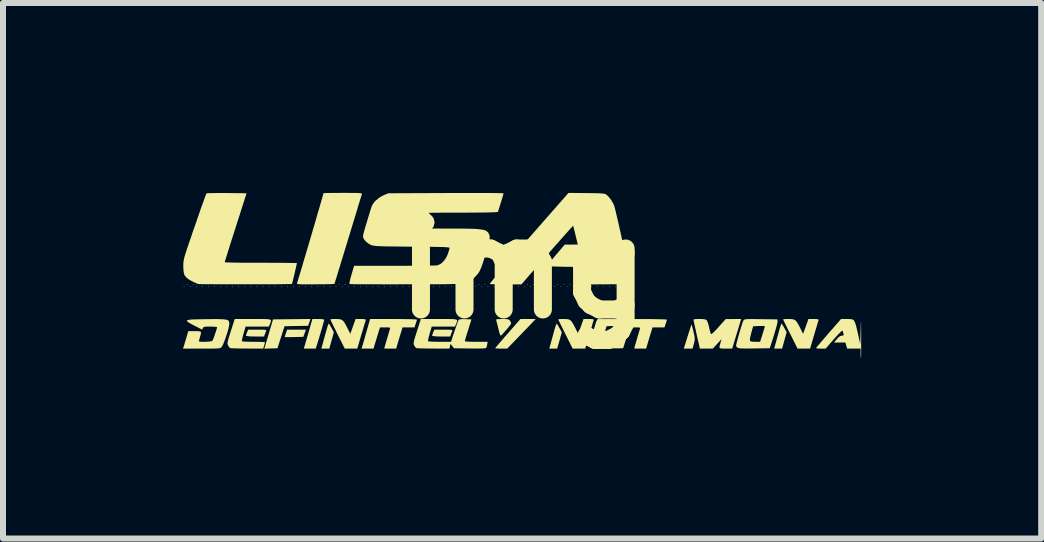
<source format=kicad_pcb>
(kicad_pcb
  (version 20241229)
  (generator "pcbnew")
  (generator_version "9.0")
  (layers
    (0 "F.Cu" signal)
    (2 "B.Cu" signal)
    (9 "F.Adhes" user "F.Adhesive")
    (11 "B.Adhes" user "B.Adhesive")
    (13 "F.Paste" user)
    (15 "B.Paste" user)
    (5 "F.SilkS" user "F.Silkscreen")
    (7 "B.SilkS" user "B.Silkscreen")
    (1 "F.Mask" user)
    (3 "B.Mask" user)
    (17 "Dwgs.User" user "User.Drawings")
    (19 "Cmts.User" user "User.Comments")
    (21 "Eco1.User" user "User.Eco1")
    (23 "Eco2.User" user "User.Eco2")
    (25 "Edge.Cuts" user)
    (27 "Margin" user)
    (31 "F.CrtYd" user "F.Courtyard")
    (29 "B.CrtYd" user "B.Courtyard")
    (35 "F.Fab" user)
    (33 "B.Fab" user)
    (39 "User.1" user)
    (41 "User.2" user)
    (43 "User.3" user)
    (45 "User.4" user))
  (footprint "img"
    (layer "F.Cu")
    (at 5.671 1.418)
    (property "Reference" "img" (at 0 0 0) (layer "F.SilkS") (effects (font (size 1.524 1.524) (thickness 0.3))))
    (attr board_only exclude_from_pos_files exclude_from_bom)
    (fp_poly (pts (xy -5.647 0.31) (xy -5.654 0.317) (xy -5.66 0.31) (xy -5.654 0.304)) (stroke (width 0) (type solid)) (fill yes) (layer "F.SilkS"))
    (fp_poly (pts (xy -5.597 0.272) (xy -5.603 0.279) (xy -5.609 0.272) (xy -5.603 0.266)) (stroke (width 0) (type solid)) (fill yes) (layer "F.SilkS"))
    (fp_poly (pts (xy -5.546 0.31) (xy -5.552 0.317) (xy -5.559 0.31) (xy -5.552 0.304)) (stroke (width 0) (type solid)) (fill yes) (layer "F.SilkS"))
    (fp_poly (pts (xy -5.495 0.272) (xy -5.502 0.279) (xy -5.508 0.272) (xy -5.502 0.266)) (stroke (width 0) (type solid)) (fill yes) (layer "F.SilkS"))
    (fp_poly (pts (xy -5.445 0.31) (xy -5.451 0.317) (xy -5.457 0.31) (xy -5.451 0.304)) (stroke (width 0) (type solid)) (fill yes) (layer "F.SilkS"))
    (fp_poly (pts (xy -5.343 0.31) (xy -5.35 0.317) (xy -5.356 0.31) (xy -5.35 0.304)) (stroke (width 0) (type solid)) (fill yes) (layer "F.SilkS"))
    (fp_poly (pts (xy -5.242 0.31) (xy -5.248 0.317) (xy -5.255 0.31) (xy -5.248 0.304)) (stroke (width 0) (type solid)) (fill yes) (layer "F.SilkS"))
    (fp_poly (pts (xy -5.141 0.31) (xy -5.147 0.317) (xy -5.153 0.31) (xy -5.147 0.304)) (stroke (width 0) (type solid)) (fill yes) (layer "F.SilkS"))
    (fp_poly (pts (xy -5.039 0.31) (xy -5.046 0.317) (xy -5.052 0.31) (xy -5.046 0.304)) (stroke (width 0) (type solid)) (fill yes) (layer "F.SilkS"))
    (fp_poly (pts (xy -4.938 0.31) (xy -4.945 0.317) (xy -4.951 0.31) (xy -4.945 0.304)) (stroke (width 0) (type solid)) (fill yes) (layer "F.SilkS"))
    (fp_poly (pts (xy -4.837 0.31) (xy -4.843 0.317) (xy -4.85 0.31) (xy -4.843 0.304)) (stroke (width 0) (type solid)) (fill yes) (layer "F.SilkS"))
    (fp_poly (pts (xy -4.736 0.31) (xy -4.742 0.317) (xy -4.748 0.31) (xy -4.742 0.304)) (stroke (width 0) (type solid)) (fill yes) (layer "F.SilkS"))
    (fp_poly (pts (xy -4.634 0.31) (xy -4.641 0.317) (xy -4.647 0.31) (xy -4.641 0.304)) (stroke (width 0) (type solid)) (fill yes) (layer "F.SilkS"))
    (fp_poly (pts (xy -4.533 0.31) (xy -4.539 0.317) (xy -4.546 0.31) (xy -4.539 0.304)) (stroke (width 0) (type solid)) (fill yes) (layer "F.SilkS"))
    (fp_poly (pts (xy -4.432 0.31) (xy -4.438 0.317) (xy -4.444 0.31) (xy -4.438 0.304)) (stroke (width 0) (type solid)) (fill yes) (layer "F.SilkS"))
    (fp_poly (pts (xy -4.33 0.31) (xy -4.337 0.317) (xy -4.343 0.31) (xy -4.337 0.304)) (stroke (width 0) (type solid)) (fill yes) (layer "F.SilkS"))
    (fp_poly (pts (xy -4.229 0.31) (xy -4.235 0.317) (xy -4.242 0.31) (xy -4.235 0.304)) (stroke (width 0) (type solid)) (fill yes) (layer "F.SilkS"))
    (fp_poly (pts (xy -4.128 0.31) (xy -4.134 0.317) (xy -4.14 0.31) (xy -4.134 0.304)) (stroke (width 0) (type solid)) (fill yes) (layer "F.SilkS"))
    (fp_poly (pts (xy -4.027 0.31) (xy -4.033 0.317) (xy -4.039 0.31) (xy -4.033 0.304)) (stroke (width 0) (type solid)) (fill yes) (layer "F.SilkS"))
    (fp_poly (pts (xy -3.925 0.31) (xy -3.932 0.317) (xy -3.938 0.31) (xy -3.932 0.304)) (stroke (width 0) (type solid)) (fill yes) (layer "F.SilkS"))
    (fp_poly (pts (xy -3.824 0.31) (xy -3.83 0.317) (xy -3.837 0.31) (xy -3.83 0.304)) (stroke (width 0) (type solid)) (fill yes) (layer "F.SilkS"))
    (fp_poly (pts (xy -3.723 0.31) (xy -3.729 0.317) (xy -3.735 0.31) (xy -3.729 0.304)) (stroke (width 0) (type solid)) (fill yes) (layer "F.SilkS"))
    (fp_poly (pts (xy -3.621 0.31) (xy -3.628 0.317) (xy -3.634 0.31) (xy -3.628 0.304)) (stroke (width 0) (type solid)) (fill yes) (layer "F.SilkS"))
    (fp_poly (pts (xy -3.52 0.31) (xy -3.526 0.317) (xy -3.533 0.31) (xy -3.526 0.304)) (stroke (width 0) (type solid)) (fill yes) (layer "F.SilkS"))
    (fp_poly (pts (xy -3.419 0.31) (xy -3.425 0.317) (xy -3.431 0.31) (xy -3.425 0.304)) (stroke (width 0) (type solid)) (fill yes) (layer "F.SilkS"))
    (fp_poly (pts (xy -3.317 0.31) (xy -3.324 0.317) (xy -3.33 0.31) (xy -3.324 0.304)) (stroke (width 0) (type solid)) (fill yes) (layer "F.SilkS"))
    (fp_poly (pts (xy -3.216 0.31) (xy -3.222 0.317) (xy -3.229 0.31) (xy -3.222 0.304)) (stroke (width 0) (type solid)) (fill yes) (layer "F.SilkS"))
    (fp_poly (pts (xy -3.115 0.31) (xy -3.121 0.317) (xy -3.128 0.31) (xy -3.121 0.304)) (stroke (width 0) (type solid)) (fill yes) (layer "F.SilkS"))
    (fp_poly (pts (xy -3.064 0.272) (xy -3.071 0.279) (xy -3.077 0.272) (xy -3.071 0.266)) (stroke (width 0) (type solid)) (fill yes) (layer "F.SilkS"))
    (fp_poly (pts (xy -3.014 0.31) (xy -3.02 0.317) (xy -3.026 0.31) (xy -3.02 0.304)) (stroke (width 0) (type solid)) (fill yes) (layer "F.SilkS"))
    (fp_poly (pts (xy -2.963 0.272) (xy -2.969 0.279) (xy -2.976 0.272) (xy -2.969 0.266)) (stroke (width 0) (type solid)) (fill yes) (layer "F.SilkS"))
    (fp_poly (pts (xy -2.912 0.31) (xy -2.919 0.317) (xy -2.925 0.31) (xy -2.919 0.304)) (stroke (width 0) (type solid)) (fill yes) (layer "F.SilkS"))
    (fp_poly (pts (xy -2.811 0.31) (xy -2.817 0.317) (xy -2.824 0.31) (xy -2.817 0.304)) (stroke (width 0) (type solid)) (fill yes) (layer "F.SilkS"))
    (fp_poly (pts (xy -2.71 0.31) (xy -2.716 0.317) (xy -2.722 0.31) (xy -2.716 0.304)) (stroke (width 0) (type solid)) (fill yes) (layer "F.SilkS"))
    (fp_poly (pts (xy -2.608 0.31) (xy -2.615 0.317) (xy -2.621 0.31) (xy -2.615 0.304)) (stroke (width 0) (type solid)) (fill yes) (layer "F.SilkS"))
    (fp_poly (pts (xy -2.507 0.31) (xy -2.513 0.317) (xy -2.52 0.31) (xy -2.513 0.304)) (stroke (width 0) (type solid)) (fill yes) (layer "F.SilkS"))
    (fp_poly (pts (xy -2.406 0.31) (xy -2.412 0.317) (xy -2.418 0.31) (xy -2.412 0.304)) (stroke (width 0) (type solid)) (fill yes) (layer "F.SilkS"))
    (fp_poly (pts (xy -2.304 0.31) (xy -2.311 0.317) (xy -2.317 0.31) (xy -2.311 0.304)) (stroke (width 0) (type solid)) (fill yes) (layer "F.SilkS"))
    (fp_poly (pts (xy -2.203 0.31) (xy -2.21 0.317) (xy -2.216 0.31) (xy -2.21 0.304)) (stroke (width 0) (type solid)) (fill yes) (layer "F.SilkS"))
    (fp_poly (pts (xy -2.102 0.31) (xy -2.108 0.317) (xy -2.115 0.31) (xy -2.108 0.304)) (stroke (width 0) (type solid)) (fill yes) (layer "F.SilkS"))
    (fp_poly (pts (xy -2.001 0.31) (xy -2.007 0.317) (xy -2.013 0.31) (xy -2.007 0.304)) (stroke (width 0) (type solid)) (fill yes) (layer "F.SilkS"))
    (fp_poly (pts (xy -1.899 0.31) (xy -1.906 0.317) (xy -1.912 0.31) (xy -1.906 0.304)) (stroke (width 0) (type solid)) (fill yes) (layer "F.SilkS"))
    (fp_poly (pts (xy -1.798 0.31) (xy -1.804 0.317) (xy -1.811 0.31) (xy -1.804 0.304)) (stroke (width 0) (type solid)) (fill yes) (layer "F.SilkS"))
    (fp_poly (pts (xy -1.697 0.31) (xy -1.703 0.317) (xy -1.709 0.31) (xy -1.703 0.304)) (stroke (width 0) (type solid)) (fill yes) (layer "F.SilkS"))
    (fp_poly (pts (xy -1.595 0.31) (xy -1.602 0.317) (xy -1.608 0.31) (xy -1.602 0.304)) (stroke (width 0) (type solid)) (fill yes) (layer "F.SilkS"))
    (fp_poly (pts (xy -1.494 0.31) (xy -1.5 0.317) (xy -1.507 0.31) (xy -1.5 0.304)) (stroke (width 0) (type solid)) (fill yes) (layer "F.SilkS"))
    (fp_poly (pts (xy -1.393 0.31) (xy -1.399 0.317) (xy -1.405 0.31) (xy -1.399 0.304)) (stroke (width 0) (type solid)) (fill yes) (layer "F.SilkS"))
    (fp_poly (pts (xy -1.292 0.31) (xy -1.298 0.317) (xy -1.304 0.31) (xy -1.298 0.304)) (stroke (width 0) (type solid)) (fill yes) (layer "F.SilkS"))
    (fp_poly (pts (xy -1.19 0.31) (xy -1.197 0.317) (xy -1.203 0.31) (xy -1.197 0.304)) (stroke (width 0) (type solid)) (fill yes) (layer "F.SilkS"))
    (fp_poly (pts (xy -1.089 0.31) (xy -1.095 0.317) (xy -1.102 0.31) (xy -1.095 0.304)) (stroke (width 0) (type solid)) (fill yes) (layer "F.SilkS"))
    (fp_poly (pts (xy -0.988 0.31) (xy -0.994 0.317) (xy -1 0.31) (xy -0.994 0.304)) (stroke (width 0) (type solid)) (fill yes) (layer "F.SilkS"))
    (fp_poly (pts (xy -0.937 0.272) (xy -0.943 0.279) (xy -0.95 0.272) (xy -0.943 0.266)) (stroke (width 0) (type solid)) (fill yes) (layer "F.SilkS"))
    (fp_poly (pts (xy -0.886 0.31) (xy -0.893 0.317) (xy -0.899 0.31) (xy -0.893 0.304)) (stroke (width 0) (type solid)) (fill yes) (layer "F.SilkS"))
    (fp_poly (pts (xy -0.836 0.272) (xy -0.842 0.279) (xy -0.848 0.272) (xy -0.842 0.266)) (stroke (width 0) (type solid)) (fill yes) (layer "F.SilkS"))
    (fp_poly (pts (xy -0.785 0.31) (xy -0.791 0.317) (xy -0.798 0.31) (xy -0.791 0.304)) (stroke (width 0) (type solid)) (fill yes) (layer "F.SilkS"))
    (fp_poly (pts (xy -0.734 0.272) (xy -0.741 0.279) (xy -0.747 0.272) (xy -0.741 0.266)) (stroke (width 0) (type solid)) (fill yes) (layer "F.SilkS"))
    (fp_poly (pts (xy -0.684 0.31) (xy -0.69 0.317) (xy -0.696 0.31) (xy -0.69 0.304)) (stroke (width 0) (type solid)) (fill yes) (layer "F.SilkS"))
    (fp_poly (pts (xy -0.633 0.272) (xy -0.639 0.279) (xy -0.646 0.272) (xy -0.639 0.266)) (stroke (width 0) (type solid)) (fill yes) (layer "F.SilkS"))
    (fp_poly (pts (xy -0.582 0.31) (xy -0.589 0.317) (xy -0.595 0.31) (xy -0.589 0.304)) (stroke (width 0) (type solid)) (fill yes) (layer "F.SilkS"))
    (fp_poly (pts (xy -0.481 0.31) (xy -0.487 0.317) (xy -0.494 0.31) (xy -0.487 0.304)) (stroke (width 0) (type solid)) (fill yes) (layer "F.SilkS"))
    (fp_poly (pts (xy -0.38 0.31) (xy -0.386 0.317) (xy -0.393 0.31) (xy -0.386 0.304)) (stroke (width 0) (type solid)) (fill yes) (layer "F.SilkS"))
    (fp_poly (pts (xy -0.279 0.31) (xy -0.285 0.317) (xy -0.291 0.31) (xy -0.285 0.304)) (stroke (width 0) (type solid)) (fill yes) (layer "F.SilkS"))
    (fp_poly (pts (xy -0.177 0.31) (xy -0.184 0.317) (xy -0.19 0.31) (xy -0.184 0.304)) (stroke (width 0) (type solid)) (fill yes) (layer "F.SilkS"))
    (fp_poly (pts (xy -0.076 0.31) (xy -0.082 0.317) (xy -0.089 0.31) (xy -0.082 0.304)) (stroke (width 0) (type solid)) (fill yes) (layer "F.SilkS"))
    (fp_poly (pts (xy 0.025 0.31) (xy 0.019 0.317) (xy 0.013 0.31) (xy 0.019 0.304)) (stroke (width 0) (type solid)) (fill yes) (layer "F.SilkS"))
    (fp_poly (pts (xy 0.076 0.272) (xy 0.07 0.279) (xy 0.063 0.272) (xy 0.07 0.266)) (stroke (width 0) (type solid)) (fill yes) (layer "F.SilkS"))
    (fp_poly (pts (xy 0.127 0.31) (xy 0.12 0.317) (xy 0.114 0.31) (xy 0.12 0.304)) (stroke (width 0) (type solid)) (fill yes) (layer "F.SilkS"))
    (fp_poly (pts (xy 0.177 0.272) (xy 0.171 0.279) (xy 0.165 0.272) (xy 0.171 0.266)) (stroke (width 0) (type solid)) (fill yes) (layer "F.SilkS"))
    (fp_poly (pts (xy 0.228 0.31) (xy 0.222 0.317) (xy 0.215 0.31) (xy 0.222 0.304)) (stroke (width 0) (type solid)) (fill yes) (layer "F.SilkS"))
    (fp_poly (pts (xy 0.279 0.272) (xy 0.272 0.279) (xy 0.266 0.272) (xy 0.272 0.266)) (stroke (width 0) (type solid)) (fill yes) (layer "F.SilkS"))
    (fp_poly (pts (xy 0.329 0.31) (xy 0.323 0.317) (xy 0.317 0.31) (xy 0.323 0.304)) (stroke (width 0) (type solid)) (fill yes) (layer "F.SilkS"))
    (fp_poly (pts (xy 0.38 0.272) (xy 0.374 0.279) (xy 0.367 0.272) (xy 0.374 0.266)) (stroke (width 0) (type solid)) (fill yes) (layer "F.SilkS"))
    (fp_poly (pts (xy 0.431 0.31) (xy 0.424 0.317) (xy 0.418 0.31) (xy 0.424 0.304)) (stroke (width 0) (type solid)) (fill yes) (layer "F.SilkS"))
    (fp_poly (pts (xy 0.481 0.272) (xy 0.475 0.279) (xy 0.468 0.272) (xy 0.475 0.266)) (stroke (width 0) (type solid)) (fill yes) (layer "F.SilkS"))
    (fp_poly (pts (xy 0.532 0.31) (xy 0.525 0.317) (xy 0.519 0.31) (xy 0.525 0.304)) (stroke (width 0) (type solid)) (fill yes) (layer "F.SilkS"))
    (fp_poly (pts (xy 0.582 0.272) (xy 0.576 0.279) (xy 0.57 0.272) (xy 0.576 0.266)) (stroke (width 0) (type solid)) (fill yes) (layer "F.SilkS"))
    (fp_poly (pts (xy 0.633 0.31) (xy 0.627 0.317) (xy 0.62 0.31) (xy 0.627 0.304)) (stroke (width 0) (type solid)) (fill yes) (layer "F.SilkS"))
    (fp_poly (pts (xy 0.684 0.272) (xy 0.677 0.279) (xy 0.671 0.272) (xy 0.677 0.266)) (stroke (width 0) (type solid)) (fill yes) (layer "F.SilkS"))
    (fp_poly (pts (xy 0.734 0.31) (xy 0.728 0.317) (xy 0.722 0.31) (xy 0.728 0.304)) (stroke (width 0) (type solid)) (fill yes) (layer "F.SilkS"))
    (fp_poly (pts (xy 0.785 0.272) (xy 0.779 0.279) (xy 0.772 0.272) (xy 0.779 0.266)) (stroke (width 0) (type solid)) (fill yes) (layer "F.SilkS"))
    (fp_poly (pts (xy 0.836 0.31) (xy 0.829 0.317) (xy 0.823 0.31) (xy 0.829 0.304)) (stroke (width 0) (type solid)) (fill yes) (layer "F.SilkS"))
    (fp_poly (pts (xy 0.886 0.272) (xy 0.88 0.279) (xy 0.874 0.272) (xy 0.88 0.266)) (stroke (width 0) (type solid)) (fill yes) (layer "F.SilkS"))
    (fp_poly (pts (xy 0.937 0.31) (xy 0.931 0.317) (xy 0.924 0.31) (xy 0.931 0.304)) (stroke (width 0) (type solid)) (fill yes) (layer "F.SilkS"))
    (fp_poly (pts (xy 0.988 0.272) (xy 0.981 0.279) (xy 0.975 0.272) (xy 0.981 0.266)) (stroke (width 0) (type solid)) (fill yes) (layer "F.SilkS"))
    (fp_poly (pts (xy 1.038 0.31) (xy 1.032 0.317) (xy 1.026 0.31) (xy 1.032 0.304)) (stroke (width 0) (type solid)) (fill yes) (layer "F.SilkS"))
    (fp_poly (pts (xy 1.14 0.31) (xy 1.133 0.317) (xy 1.127 0.31) (xy 1.133 0.304)) (stroke (width 0) (type solid)) (fill yes) (layer "F.SilkS"))
    (fp_poly (pts (xy 1.241 0.31) (xy 1.235 0.317) (xy 1.228 0.31) (xy 1.235 0.304)) (stroke (width 0) (type solid)) (fill yes) (layer "F.SilkS"))
    (fp_poly (pts (xy 1.342 0.31) (xy 1.336 0.317) (xy 1.33 0.31) (xy 1.336 0.304)) (stroke (width 0) (type solid)) (fill yes) (layer "F.SilkS"))
    (fp_poly (pts (xy 1.443 0.31) (xy 1.437 0.317) (xy 1.431 0.31) (xy 1.437 0.304)) (stroke (width 0) (type solid)) (fill yes) (layer "F.SilkS"))
    (fp_poly (pts (xy 1.545 0.31) (xy 1.538 0.317) (xy 1.532 0.31) (xy 1.538 0.304)) (stroke (width 0) (type solid)) (fill yes) (layer "F.SilkS"))
    (fp_poly (pts (xy 1.646 0.31) (xy 1.64 0.317) (xy 1.633 0.31) (xy 1.64 0.304)) (stroke (width 0) (type solid)) (fill yes) (layer "F.SilkS"))
    (fp_poly (pts (xy 1.747 0.31) (xy 1.741 0.317) (xy 1.735 0.31) (xy 1.741 0.304)) (stroke (width 0) (type solid)) (fill yes) (layer "F.SilkS"))
    (fp_poly (pts (xy -3.644 1.086) (xy -3.666 1.146) (xy -3.821 1.149) (xy -3.88 1.15) (xy -3.929 1.151) (xy -3.963 1.15) (xy -3.976 1.149) (xy -3.976 1.149) (xy -3.972 1.135) (xy -3.963 1.106) (xy -3.956 1.085) (xy -3.936 1.026) (xy -3.622 1.026)) (stroke (width 0) (type solid)) (fill yes) (layer "F.SilkS"))
    (fp_poly (pts (xy -3.566 0.905) (xy -3.586 0.962) (xy -3.782 0.965) (xy -3.979 0.969) (xy -4.038 1.152) (xy -4.097 1.336) (xy -4.316 1.343) (xy -4.258 1.15) (xy -4.237 1.079) (xy -4.218 1.013) (xy -4.201 0.957) (xy -4.19 0.918) (xy -4.186 0.905) (xy -4.171 0.855) (xy -3.547 0.848)) (stroke (width 0) (type solid)) (fill yes) (layer "F.SilkS"))
    (fp_poly (pts (xy -3.233 0.935) (xy -3.216 0.962) (xy -3.196 0.997) (xy -3.157 1.07) (xy -3.233 1.342) (xy -3.366 1.342) (xy -3.335 1.231) (xy -3.317 1.165) (xy -3.297 1.093) (xy -3.279 1.03) (xy -3.277 1.022) (xy -3.264 0.977) (xy -3.252 0.943) (xy -3.244 0.926) (xy -3.243 0.925)) (stroke (width 0) (type solid)) (fill yes) (layer "F.SilkS"))
    (fp_poly (pts (xy 0.565 0.935) (xy 0.582 0.962) (xy 0.602 0.997) (xy 0.642 1.07) (xy 0.604 1.206) (xy 0.565 1.342) (xy 0.433 1.342) (xy 0.464 1.231) (xy 0.482 1.165) (xy 0.502 1.093) (xy 0.519 1.03) (xy 0.521 1.022) (xy 0.535 0.977) (xy 0.547 0.943) (xy 0.555 0.926) (xy 0.556 0.925)) (stroke (width 0) (type solid)) (fill yes) (layer "F.SilkS"))
    (fp_poly (pts (xy 4.313 0.935) (xy 4.33 0.962) (xy 4.35 0.997) (xy 4.389 1.07) (xy 4.351 1.206) (xy 4.313 1.342) (xy 4.181 1.342) (xy 4.212 1.231) (xy 4.23 1.165) (xy 4.25 1.093) (xy 4.267 1.03) (xy 4.269 1.022) (xy 4.283 0.977) (xy 4.295 0.943) (xy 4.303 0.926) (xy 4.304 0.925)) (stroke (width 0) (type solid)) (fill yes) (layer "F.SilkS"))
    (fp_poly (pts (xy 2.808 0.95) (xy 2.816 0.979) (xy 2.828 1.023) (xy 2.836 1.059) (xy 2.849 1.116) (xy 2.856 1.156) (xy 2.858 1.186) (xy 2.854 1.215) (xy 2.846 1.25) (xy 2.843 1.262) (xy 2.821 1.342) (xy 2.675 1.342) (xy 2.737 1.143) (xy 2.758 1.077) (xy 2.777 1.019) (xy 2.791 0.974) (xy 2.801 0.947) (xy 2.804 0.94)) (stroke (width 0) (type solid)) (fill yes) (layer "F.SilkS"))
    (fp_poly (pts (xy -4.366 1.026) (xy -4.323 1.027) (xy -4.298 1.03) (xy -4.286 1.035) (xy -4.284 1.042) (xy -4.286 1.048) (xy -4.297 1.076) (xy -4.308 1.105) (xy -4.32 1.14) (xy -4.471 1.14) (xy -4.54 1.139) (xy -4.589 1.135) (xy -4.617 1.13) (xy -4.622 1.127) (xy -4.617 1.107) (xy -4.606 1.076) (xy -4.603 1.07) (xy -4.585 1.026) (xy -4.431 1.026)) (stroke (width 0) (type solid)) (fill yes) (layer "F.SilkS"))
    (fp_poly (pts (xy -1.264 1.026) (xy -1.221 1.027) (xy -1.196 1.03) (xy -1.184 1.035) (xy -1.182 1.042) (xy -1.184 1.048) (xy -1.195 1.076) (xy -1.205 1.105) (xy -1.218 1.14) (xy -1.369 1.14) (xy -1.438 1.139) (xy -1.487 1.135) (xy -1.514 1.13) (xy -1.519 1.127) (xy -1.515 1.107) (xy -1.504 1.076) (xy -1.501 1.07) (xy -1.483 1.026) (xy -1.329 1.026)) (stroke (width 0) (type solid)) (fill yes) (layer "F.SilkS"))
    (fp_poly (pts (xy 0.12 0.94) (xy 0.08 0.982) (xy 0.028 1.036) (xy -0.031 1.097) (xy -0.091 1.159) (xy -0.118 1.187) (xy -0.268 1.342) (xy -0.368 1.342) (xy -0.415 1.341) (xy -0.45 1.339) (xy -0.468 1.336) (xy -0.468 1.335) (xy -0.46 1.324) (xy -0.438 1.297) (xy -0.403 1.256) (xy -0.358 1.204) (xy -0.306 1.143) (xy -0.258 1.089) (xy -0.047 0.848) (xy 0.207 0.848)) (stroke (width 0) (type solid)) (fill yes) (layer "F.SilkS"))
    (fp_poly (pts (xy -3.361 0.85) (xy -3.328 0.855) (xy -3.317 0.862) (xy -3.321 0.878) (xy -3.331 0.913) (xy -3.345 0.964) (xy -3.363 1.026) (xy -3.383 1.095) (xy -3.404 1.166) (xy -3.425 1.235) (xy -3.445 1.297) (xy -3.446 1.301) (xy -3.459 1.342) (xy -3.658 1.342) (xy -3.64 1.282) (xy -3.63 1.248) (xy -3.615 1.196) (xy -3.596 1.132) (xy -3.576 1.062) (xy -3.568 1.035) (xy -3.515 0.848) (xy -3.416 0.848)) (stroke (width 0) (type solid)) (fill yes) (layer "F.SilkS"))
    (fp_poly (pts (xy -0.297 0.849) (xy -0.262 0.852) (xy -0.242 0.858) (xy -0.228 0.869) (xy -0.222 0.876) (xy -0.207 0.904) (xy -0.203 0.922) (xy -0.21 0.937) (xy -0.231 0.966) (xy -0.26 1.002) (xy -0.294 1.041) (xy -0.327 1.078) (xy -0.355 1.108) (xy -0.374 1.125) (xy -0.379 1.127) (xy -0.385 1.115) (xy -0.396 1.084) (xy -0.408 1.039) (xy -0.417 1.003) (xy -0.43 0.949) (xy -0.442 0.904) (xy -0.45 0.873) (xy -0.453 0.864) (xy -0.449 0.856) (xy -0.429 0.851) (xy -0.388 0.849) (xy -0.35 0.848)) (stroke (width 0) (type solid)) (fill yes) (layer "F.SilkS"))
    (fp_poly (pts (xy -2.658 0.85) (xy -2.632 0.854) (xy -2.624 0.862) (xy -2.625 0.864) (xy -2.63 0.881) (xy -2.641 0.918) (xy -2.657 0.971) (xy -2.676 1.036) (xy -2.698 1.109) (xy -2.699 1.111) (xy -2.767 1.342) (xy -2.871 1.342) (xy -2.975 1.342) (xy -3.096 1.102) (xy -3.131 1.03) (xy -3.163 0.967) (xy -3.188 0.914) (xy -3.207 0.876) (xy -3.215 0.857) (xy -3.216 0.855) (xy -3.205 0.852) (xy -3.174 0.849) (xy -3.13 0.848) (xy -3.123 0.848) (xy -3.075 0.85) (xy -3.04 0.856) (xy -3.012 0.871) (xy -2.987 0.898) (xy -2.961 0.941) (xy -2.931 1) (xy -2.883 1.095) (xy -2.839 0.972) (xy -2.795 0.848) (xy -2.707 0.848)) (stroke (width 0) (type solid)) (fill yes) (layer "F.SilkS"))
    (fp_poly (pts (xy 1.14 0.85) (xy 1.167 0.854) (xy 1.174 0.862) (xy 1.174 0.864) (xy 1.169 0.881) (xy 1.157 0.918) (xy 1.142 0.971) (xy 1.122 1.036) (xy 1.101 1.109) (xy 1.1 1.111) (xy 1.032 1.342) (xy 0.928 1.342) (xy 0.823 1.342) (xy 0.703 1.102) (xy 0.667 1.03) (xy 0.636 0.967) (xy 0.61 0.914) (xy 0.592 0.876) (xy 0.583 0.857) (xy 0.582 0.855) (xy 0.594 0.852) (xy 0.625 0.849) (xy 0.668 0.848) (xy 0.675 0.848) (xy 0.723 0.85) (xy 0.759 0.856) (xy 0.787 0.871) (xy 0.811 0.898) (xy 0.837 0.941) (xy 0.868 1) (xy 0.915 1.095) (xy 0.96 0.972) (xy 1.004 0.848) (xy 1.092 0.848)) (stroke (width 0) (type solid)) (fill yes) (layer "F.SilkS"))
    (fp_poly (pts (xy 4.888 0.85) (xy 4.915 0.854) (xy 4.922 0.862) (xy 4.922 0.864) (xy 4.917 0.881) (xy 4.905 0.918) (xy 4.89 0.971) (xy 4.87 1.036) (xy 4.849 1.109) (xy 4.848 1.111) (xy 4.78 1.342) (xy 4.676 1.342) (xy 4.571 1.342) (xy 4.451 1.102) (xy 4.415 1.03) (xy 4.384 0.967) (xy 4.358 0.914) (xy 4.34 0.876) (xy 4.331 0.857) (xy 4.33 0.855) (xy 4.342 0.852) (xy 4.373 0.849) (xy 4.416 0.848) (xy 4.423 0.848) (xy 4.471 0.85) (xy 4.507 0.856) (xy 4.535 0.871) (xy 4.559 0.898) (xy 4.585 0.941) (xy 4.616 1) (xy 4.663 1.095) (xy 4.708 0.972) (xy 4.752 0.848) (xy 4.84 0.848)) (stroke (width 0) (type solid)) (fill yes) (layer "F.SilkS"))
    (fp_poly (pts (xy 3.596 0.965) (xy 3.576 1.032) (xy 3.552 1.11) (xy 3.529 1.185) (xy 3.521 1.212) (xy 3.481 1.342) (xy 3.374 1.342) (xy 3.319 1.342) (xy 3.286 1.338) (xy 3.271 1.327) (xy 3.27 1.305) (xy 3.28 1.267) (xy 3.286 1.247) (xy 3.304 1.184) (xy 3.231 1.263) (xy 3.158 1.342) (xy 2.943 1.342) (xy 2.889 1.105) (xy 2.873 1.03) (xy 2.858 0.965) (xy 2.847 0.911) (xy 2.839 0.875) (xy 2.836 0.858) (xy 2.836 0.858) (xy 2.848 0.853) (xy 2.879 0.85) (xy 2.923 0.848) (xy 2.937 0.848) (xy 2.997 0.85) (xy 3.035 0.856) (xy 3.056 0.867) (xy 3.067 0.888) (xy 3.081 0.926) (xy 3.094 0.974) (xy 3.096 0.984) (xy 3.107 1.033) (xy 3.118 1.073) (xy 3.126 1.097) (xy 3.127 1.099) (xy 3.138 1.099) (xy 3.162 1.079) (xy 3.201 1.041) (xy 3.254 0.983) (xy 3.255 0.982) (xy 3.374 0.849) (xy 3.503 0.849) (xy 3.631 0.848)) (stroke (width 0) (type solid)) (fill yes) (layer "F.SilkS"))
    (fp_poly (pts (xy -4.333 0.849) (xy -4.277 0.85) (xy -4.239 0.854) (xy -4.216 0.86) (xy -4.206 0.87) (xy -4.205 0.884) (xy -4.211 0.903) (xy -4.221 0.928) (xy -4.222 0.931) (xy -4.24 0.975) (xy -4.434 0.975) (xy -4.628 0.975) (xy -4.662 1.091) (xy -4.676 1.143) (xy -4.686 1.185) (xy -4.69 1.212) (xy -4.69 1.218) (xy -4.676 1.222) (xy -4.641 1.225) (xy -4.589 1.227) (xy -4.527 1.228) (xy -4.494 1.228) (xy -4.428 1.229) (xy -4.372 1.23) (xy -4.331 1.232) (xy -4.308 1.235) (xy -4.305 1.236) (xy -4.308 1.252) (xy -4.317 1.283) (xy -4.32 1.293) (xy -4.334 1.342) (xy -4.601 1.341) (xy -4.682 1.341) (xy -4.754 1.339) (xy -4.814 1.338) (xy -4.858 1.336) (xy -4.882 1.334) (xy -4.885 1.334) (xy -4.901 1.319) (xy -4.919 1.291) (xy -4.92 1.29) (xy -4.926 1.275) (xy -4.93 1.26) (xy -4.928 1.239) (xy -4.922 1.209) (xy -4.91 1.166) (xy -4.891 1.105) (xy -4.874 1.051) (xy -4.809 0.848) (xy -4.507 0.848) (xy -4.408 0.848)) (stroke (width 0) (type solid)) (fill yes) (layer "F.SilkS"))
    (fp_poly (pts (xy -2.066 0.849) (xy -1.979 0.85) (xy -1.903 0.851) (xy -1.841 0.853) (xy -1.798 0.855) (xy -1.775 0.858) (xy -1.773 0.859) (xy -1.776 0.876) (xy -1.786 0.908) (xy -1.793 0.928) (xy -1.813 0.988) (xy -2.012 0.988) (xy -2.05 1.111) (xy -2.068 1.17) (xy -2.085 1.227) (xy -2.098 1.272) (xy -2.103 1.288) (xy -2.119 1.342) (xy -2.218 1.342) (xy -2.264 1.342) (xy -2.299 1.341) (xy -2.316 1.339) (xy -2.317 1.339) (xy -2.314 1.326) (xy -2.305 1.295) (xy -2.292 1.25) (xy -2.277 1.198) (xy -2.26 1.142) (xy -2.245 1.09) (xy -2.232 1.046) (xy -2.223 1.015) (xy -2.221 1.01) (xy -2.22 0.998) (xy -2.23 0.991) (xy -2.255 0.988) (xy -2.3 0.988) (xy -2.388 0.988) (xy -2.409 1.054) (xy -2.422 1.098) (xy -2.44 1.156) (xy -2.458 1.216) (xy -2.463 1.231) (xy -2.496 1.342) (xy -2.696 1.342) (xy -2.677 1.282) (xy -2.667 1.248) (xy -2.652 1.196) (xy -2.634 1.132) (xy -2.614 1.062) (xy -2.606 1.035) (xy -2.553 0.848) (xy -2.163 0.848)) (stroke (width 0) (type solid)) (fill yes) (layer "F.SilkS"))
    (fp_poly (pts (xy 3.868 0.85) (xy 3.957 0.851) (xy 3.96 0.851) (xy 4.235 0.855) (xy 4.238 0.886) (xy 4.235 0.909) (xy 4.226 0.95) (xy 4.211 1.006) (xy 4.191 1.073) (xy 4.175 1.127) (xy 4.108 1.336) (xy 3.847 1.339) (xy 3.757 1.34) (xy 3.69 1.34) (xy 3.641 1.339) (xy 3.607 1.337) (xy 3.585 1.333) (xy 3.571 1.327) (xy 3.566 1.323) (xy 3.55 1.304) (xy 3.545 1.296) (xy 3.549 1.276) (xy 3.558 1.237) (xy 3.568 1.202) (xy 3.776 1.202) (xy 3.777 1.208) (xy 3.788 1.22) (xy 3.813 1.226) (xy 3.857 1.228) (xy 3.866 1.228) (xy 3.947 1.228) (xy 3.987 1.103) (xy 4.003 1.05) (xy 4.016 1.007) (xy 4.025 0.978) (xy 4.027 0.97) (xy 4.015 0.966) (xy 3.984 0.964) (xy 3.94 0.965) (xy 3.929 0.965) (xy 3.831 0.969) (xy 3.8 1.078) (xy 3.787 1.129) (xy 3.779 1.173) (xy 3.776 1.202) (xy 3.568 1.202) (xy 3.572 1.184) (xy 3.589 1.123) (xy 3.608 1.059) (xy 3.626 0.998) (xy 3.643 0.944) (xy 3.657 0.902) (xy 3.666 0.879) (xy 3.667 0.877) (xy 3.673 0.867) (xy 3.682 0.86) (xy 3.696 0.855) (xy 3.718 0.852) (xy 3.751 0.85) (xy 3.8 0.85)) (stroke (width 0) (type solid)) (fill yes) (layer "F.SilkS"))
    (fp_poly (pts (xy 5.429 0.849) (xy 5.467 0.852) (xy 5.488 0.856) (xy 5.505 0.867) (xy 5.519 0.888) (xy 5.534 0.922) (xy 5.549 0.973) (xy 5.566 1.044) (xy 5.579 1.1) (xy 5.616 1.269) (xy 5.622 1.036) (xy 5.624 0.97) (xy 5.626 0.923) (xy 5.627 0.894) (xy 5.628 0.886) (xy 5.629 0.899) (xy 5.63 0.934) (xy 5.63 0.992) (xy 5.631 1.073) (xy 5.631 1.155) (xy 5.631 1.247) (xy 5.631 1.329) (xy 5.631 1.4) (xy 5.63 1.455) (xy 5.629 1.492) (xy 5.627 1.507) (xy 5.627 1.507) (xy 5.625 1.495) (xy 5.623 1.465) (xy 5.622 1.424) (xy 5.622 1.342) (xy 5.398 1.342) (xy 5.368 1.241) (xy 5.178 1.241) (xy 5.225 1.184) (xy 5.259 1.148) (xy 5.287 1.13) (xy 5.308 1.127) (xy 5.333 1.124) (xy 5.339 1.111) (xy 5.336 1.092) (xy 5.327 1.061) (xy 5.32 1.043) (xy 5.309 1.047) (xy 5.285 1.068) (xy 5.249 1.104) (xy 5.205 1.152) (xy 5.175 1.185) (xy 5.039 1.342) (xy 4.956 1.342) (xy 4.911 1.341) (xy 4.887 1.337) (xy 4.882 1.329) (xy 4.883 1.326) (xy 4.894 1.313) (xy 4.919 1.283) (xy 4.956 1.24) (xy 5.002 1.186) (xy 5.055 1.124) (xy 5.094 1.079) (xy 5.296 0.848) (xy 5.382 0.848)) (stroke (width 0) (type solid)) (fill yes) (layer "F.SilkS"))
    (fp_poly (pts (xy -2.906 -1.253) (xy -2.829 -1.253) (xy -2.771 -1.252) (xy -2.731 -1.25) (xy -2.706 -1.247) (xy -2.692 -1.243) (xy -2.688 -1.238) (xy -2.689 -1.235) (xy -2.694 -1.22) (xy -2.705 -1.183) (xy -2.723 -1.126) (xy -2.746 -1.051) (xy -2.773 -0.96) (xy -2.805 -0.856) (xy -2.84 -0.74) (xy -2.878 -0.616) (xy -2.918 -0.484) (xy -2.92 -0.478) (xy -2.96 -0.347) (xy -2.998 -0.223) (xy -3.033 -0.108) (xy -3.064 -0.005) (xy -3.092 0.084) (xy -3.114 0.158) (xy -3.132 0.214) (xy -3.143 0.25) (xy -3.148 0.264) (xy -3.148 0.264) (xy -3.161 0.265) (xy -3.196 0.267) (xy -3.249 0.268) (xy -3.317 0.269) (xy -3.397 0.27) (xy -3.467 0.27) (xy -3.565 0.271) (xy -3.64 0.271) (xy -3.696 0.27) (xy -3.734 0.268) (xy -3.758 0.266) (xy -3.77 0.262) (xy -3.773 0.257) (xy -3.771 0.253) (xy -3.766 0.239) (xy -3.755 0.203) (xy -3.739 0.148) (xy -3.717 0.076) (xy -3.691 -0.009) (xy -3.663 -0.107) (xy -3.631 -0.213) (xy -3.598 -0.325) (xy -3.564 -0.441) (xy -3.529 -0.559) (xy -3.495 -0.675) (xy -3.462 -0.787) (xy -3.432 -0.893) (xy -3.403 -0.99) (xy -3.379 -1.075) (xy -3.358 -1.146) (xy -3.343 -1.2) (xy -3.333 -1.235) (xy -3.33 -1.248) (xy -3.318 -1.25) (xy -3.284 -1.251) (xy -3.231 -1.252) (xy -3.163 -1.253) (xy -3.083 -1.253) (xy -3.006 -1.254)) (stroke (width 0) (type solid)) (fill yes) (layer "F.SilkS"))
    (fp_poly (pts (xy -1.231 0.849) (xy -1.175 0.85) (xy -1.137 0.854) (xy -1.114 0.86) (xy -1.103 0.87) (xy -1.102 0.884) (xy -1.108 0.903) (xy -1.119 0.928) (xy -1.12 0.931) (xy -1.138 0.975) (xy -1.332 0.975) (xy -1.526 0.975) (xy -1.56 1.091) (xy -1.574 1.143) (xy -1.584 1.185) (xy -1.588 1.212) (xy -1.588 1.218) (xy -1.573 1.222) (xy -1.538 1.225) (xy -1.487 1.227) (xy -1.425 1.228) (xy -1.393 1.228) (xy -1.205 1.228) (xy -1.147 1.054) (xy -1.125 0.991) (xy -1.106 0.935) (xy -1.09 0.893) (xy -1.08 0.868) (xy -1.078 0.864) (xy -1.063 0.855) (xy -1.03 0.851) (xy -0.975 0.851) (xy -0.966 0.851) (xy -0.864 0.855) (xy -0.919 1.031) (xy -0.939 1.094) (xy -0.956 1.149) (xy -0.968 1.19) (xy -0.974 1.214) (xy -0.975 1.218) (xy -0.963 1.221) (xy -0.93 1.225) (xy -0.881 1.227) (xy -0.819 1.228) (xy -0.784 1.228) (xy -0.594 1.228) (xy -0.602 1.276) (xy -0.61 1.309) (xy -0.619 1.331) (xy -0.62 1.333) (xy -0.635 1.336) (xy -0.671 1.339) (xy -0.725 1.34) (xy -0.793 1.34) (xy -0.87 1.34) (xy -0.892 1.34) (xy -1.155 1.336) (xy -1.184 1.299) (xy -1.213 1.263) (xy -1.222 1.303) (xy -1.23 1.342) (xy -1.498 1.341) (xy -1.579 1.341) (xy -1.651 1.339) (xy -1.712 1.338) (xy -1.756 1.336) (xy -1.78 1.334) (xy -1.782 1.334) (xy -1.799 1.319) (xy -1.817 1.291) (xy -1.818 1.29) (xy -1.824 1.275) (xy -1.827 1.26) (xy -1.826 1.239) (xy -1.82 1.209) (xy -1.808 1.166) (xy -1.789 1.105) (xy -1.772 1.051) (xy -1.707 0.848) (xy -1.404 0.848) (xy -1.306 0.848)) (stroke (width 0) (type solid)) (fill yes) (layer "F.SilkS"))
    (fp_poly (pts (xy -5.019 0.852) (xy -4.972 0.856) (xy -4.939 0.862) (xy -4.918 0.872) (xy -4.907 0.886) (xy -4.901 0.904) (xy -4.9 0.928) (xy -4.9 0.936) (xy -4.905 0.969) (xy -4.916 1.018) (xy -4.933 1.078) (xy -4.954 1.141) (xy -4.976 1.203) (xy -4.997 1.257) (xy -5.016 1.297) (xy -5.028 1.315) (xy -5.037 1.323) (xy -5.047 1.33) (xy -5.063 1.335) (xy -5.087 1.338) (xy -5.123 1.34) (xy -5.173 1.341) (xy -5.242 1.342) (xy -5.331 1.342) (xy -5.362 1.342) (xy -5.671 1.342) (xy -5.66 1.307) (xy -5.651 1.28) (xy -5.638 1.235) (xy -5.622 1.183) (xy -5.616 1.162) (xy -5.583 1.051) (xy -5.476 1.051) (xy -5.421 1.051) (xy -5.388 1.055) (xy -5.372 1.067) (xy -5.372 1.089) (xy -5.382 1.127) (xy -5.388 1.147) (xy -5.398 1.184) (xy -5.405 1.211) (xy -5.407 1.219) (xy -5.395 1.225) (xy -5.366 1.228) (xy -5.324 1.229) (xy -5.279 1.228) (xy -5.235 1.224) (xy -5.201 1.22) (xy -5.183 1.213) (xy -5.182 1.212) (xy -5.173 1.195) (xy -5.159 1.16) (xy -5.143 1.115) (xy -5.127 1.068) (xy -5.113 1.026) (xy -5.105 0.995) (xy -5.103 0.984) (xy -5.115 0.98) (xy -5.146 0.977) (xy -5.191 0.975) (xy -5.218 0.975) (xy -5.273 0.975) (xy -5.307 0.978) (xy -5.327 0.983) (xy -5.336 0.991) (xy -5.34 1.001) (xy -5.349 1.02) (xy -5.356 1.023) (xy -5.371 1.016) (xy -5.402 1) (xy -5.447 0.977) (xy -5.488 0.956) (xy -5.54 0.928) (xy -5.578 0.906) (xy -5.6 0.889) (xy -5.606 0.876) (xy -5.594 0.867) (xy -5.563 0.86) (xy -5.51 0.856) (xy -5.436 0.854) (xy -5.339 0.852) (xy -5.275 0.851) (xy -5.168 0.85) (xy -5.083 0.85)) (stroke (width 0) (type solid)) (fill yes) (layer "F.SilkS"))
    (fp_poly (pts (xy 1.935 0.849) (xy 2.045 0.849) (xy 2.144 0.85) (xy 2.23 0.852) (xy 2.301 0.853) (xy 2.353 0.855) (xy 2.385 0.857) (xy 2.393 0.859) (xy 2.389 0.876) (xy 2.38 0.908) (xy 2.373 0.928) (xy 2.353 0.988) (xy 2.154 0.988) (xy 2.116 1.111) (xy 2.098 1.17) (xy 2.081 1.227) (xy 2.068 1.272) (xy 2.063 1.288) (xy 2.047 1.342) (xy 1.948 1.342) (xy 1.901 1.342) (xy 1.867 1.341) (xy 1.849 1.339) (xy 1.849 1.339) (xy 1.852 1.326) (xy 1.861 1.295) (xy 1.874 1.25) (xy 1.889 1.198) (xy 1.905 1.142) (xy 1.921 1.09) (xy 1.934 1.046) (xy 1.943 1.015) (xy 1.945 1.01) (xy 1.946 0.998) (xy 1.936 0.991) (xy 1.911 0.988) (xy 1.866 0.988) (xy 1.863 0.988) (xy 1.774 0.988) (xy 1.664 1.336) (xy 1.403 1.339) (xy 1.313 1.34) (xy 1.246 1.34) (xy 1.197 1.339) (xy 1.163 1.337) (xy 1.141 1.333) (xy 1.128 1.327) (xy 1.122 1.323) (xy 1.106 1.304) (xy 1.102 1.296) (xy 1.105 1.276) (xy 1.115 1.237) (xy 1.124 1.202) (xy 1.333 1.202) (xy 1.334 1.208) (xy 1.344 1.22) (xy 1.369 1.226) (xy 1.413 1.228) (xy 1.422 1.228) (xy 1.503 1.228) (xy 1.543 1.103) (xy 1.56 1.05) (xy 1.573 1.007) (xy 1.581 0.978) (xy 1.583 0.97) (xy 1.571 0.966) (xy 1.54 0.964) (xy 1.496 0.965) (xy 1.485 0.965) (xy 1.387 0.969) (xy 1.356 1.078) (xy 1.344 1.129) (xy 1.335 1.173) (xy 1.333 1.202) (xy 1.124 1.202) (xy 1.129 1.184) (xy 1.146 1.124) (xy 1.164 1.06) (xy 1.182 0.998) (xy 1.199 0.944) (xy 1.212 0.903) (xy 1.221 0.879) (xy 1.223 0.877) (xy 1.241 0.849) (xy 1.817 0.849)) (stroke (width 0) (type solid)) (fill yes) (layer "F.SilkS"))
    (fp_poly (pts (xy -4.942 -1.251) (xy -4.612 -1.247) (xy -4.794 -0.677) (xy -4.831 -0.562) (xy -4.865 -0.455) (xy -4.896 -0.357) (xy -4.923 -0.271) (xy -4.945 -0.2) (xy -4.962 -0.146) (xy -4.973 -0.111) (xy -4.976 -0.098) (xy -4.964 -0.096) (xy -4.929 -0.094) (xy -4.873 -0.093) (xy -4.8 -0.091) (xy -4.711 -0.09) (xy -4.609 -0.089) (xy -4.496 -0.089) (xy -4.376 -0.089) (xy -4.375 -0.089) (xy -4.254 -0.089) (xy -4.141 -0.088) (xy -4.039 -0.088) (xy -3.95 -0.087) (xy -3.877 -0.086) (xy -3.821 -0.085) (xy -3.786 -0.084) (xy -3.773 -0.083) (xy -3.773 -0.083) (xy -3.776 -0.068) (xy -3.783 -0.034) (xy -3.794 0.013) (xy -3.807 0.068) (xy -3.82 0.125) (xy -3.833 0.178) (xy -3.844 0.223) (xy -3.852 0.253) (xy -3.856 0.264) (xy -3.869 0.265) (xy -3.905 0.266) (xy -3.962 0.267) (xy -4.035 0.268) (xy -4.123 0.269) (xy -4.224 0.269) (xy -4.334 0.27) (xy -4.45 0.27) (xy -4.571 0.27) (xy -4.693 0.27) (xy -4.814 0.27) (xy -4.931 0.27) (xy -5.042 0.269) (xy -5.143 0.269) (xy -5.233 0.268) (xy -5.308 0.268) (xy -5.367 0.267) (xy -5.405 0.266) (xy -5.421 0.264) (xy -5.422 0.264) (xy -5.443 0.255) (xy -5.477 0.24) (xy -5.489 0.235) (xy -5.559 0.199) (xy -5.613 0.159) (xy -5.646 0.117) (xy -5.649 0.11) (xy -5.658 0.076) (xy -5.664 0.026) (xy -5.666 -0.033) (xy -5.666 -0.038) (xy -5.666 -0.064) (xy -5.665 -0.088) (xy -5.662 -0.113) (xy -5.657 -0.14) (xy -5.65 -0.174) (xy -5.638 -0.215) (xy -5.622 -0.267) (xy -5.601 -0.331) (xy -5.574 -0.411) (xy -5.54 -0.509) (xy -5.5 -0.628) (xy -5.478 -0.69) (xy -5.439 -0.802) (xy -5.403 -0.907) (xy -5.37 -1.002) (xy -5.34 -1.084) (xy -5.316 -1.152) (xy -5.297 -1.203) (xy -5.285 -1.235) (xy -5.281 -1.244) (xy -5.266 -1.247) (xy -5.23 -1.249) (xy -5.175 -1.25) (xy -5.105 -1.251) (xy -5.024 -1.251)) (stroke (width 0) (type solid)) (fill yes) (layer "F.SilkS"))
    (fp_poly (pts (xy 1.053 -1.25) (xy 1.149 -1.249) (xy 1.222 -1.248) (xy 1.277 -1.246) (xy 1.316 -1.243) (xy 1.344 -1.24) (xy 1.364 -1.235) (xy 1.378 -1.228) (xy 1.389 -1.221) (xy 1.426 -1.185) (xy 1.464 -1.135) (xy 1.497 -1.08) (xy 1.519 -1.03) (xy 1.519 -1.028) (xy 1.527 -0.997) (xy 1.539 -0.947) (xy 1.555 -0.88) (xy 1.574 -0.799) (xy 1.595 -0.707) (xy 1.618 -0.606) (xy 1.641 -0.499) (xy 1.666 -0.39) (xy 1.69 -0.28) (xy 1.714 -0.174) (xy 1.736 -0.073) (xy 1.756 0.02) (xy 1.774 0.102) (xy 1.789 0.17) (xy 1.799 0.221) (xy 1.805 0.252) (xy 1.806 0.262) (xy 1.793 0.263) (xy 1.757 0.265) (xy 1.702 0.266) (xy 1.632 0.268) (xy 1.55 0.269) (xy 1.458 0.27) (xy 1.438 0.27) (xy 1.076 0.272) (xy 1.057 0.203) (xy 1.042 0.149) (xy 1.024 0.089) (xy 1.015 0.057) (xy 0.993 -0.019) (xy 0.692 -0.022) (xy 0.608 -0.024) (xy 0.533 -0.026) (xy 0.471 -0.028) (xy 0.426 -0.031) (xy 0.4 -0.035) (xy 0.395 -0.037) (xy 0.404 -0.05) (xy 0.427 -0.078) (xy 0.461 -0.12) (xy 0.503 -0.17) (xy 0.544 -0.219) (xy 0.69 -0.391) (xy 0.799 -0.392) (xy 0.908 -0.393) (xy 0.871 -0.547) (xy 0.857 -0.606) (xy 0.844 -0.655) (xy 0.835 -0.69) (xy 0.831 -0.705) (xy 0.831 -0.706) (xy 0.822 -0.697) (xy 0.799 -0.672) (xy 0.762 -0.631) (xy 0.715 -0.578) (xy 0.658 -0.515) (xy 0.595 -0.443) (xy 0.525 -0.365) (xy 0.453 -0.283) (xy 0.379 -0.198) (xy 0.305 -0.114) (xy 0.233 -0.032) (xy 0.165 0.045) (xy 0.103 0.116) (xy 0.057 0.17) (xy -0.032 0.272) (xy -0.289 0.272) (xy -0.368 0.272) (xy -0.438 0.271) (xy -0.496 0.269) (xy -0.537 0.268) (xy -0.557 0.265) (xy -0.559 0.265) (xy -0.552 0.254) (xy -0.531 0.227) (xy -0.495 0.182) (xy -0.445 0.124) (xy -0.384 0.052) (xy -0.313 -0.032) (xy -0.232 -0.126) (xy -0.143 -0.229) (xy -0.047 -0.339) (xy 0.055 -0.456) (xy 0.091 -0.498) (xy 0.753 -1.253)) (stroke (width 0) (type solid)) (fill yes) (layer "F.SilkS"))
    (fp_poly (pts (xy -0.728 -1.251) (xy -0.617 -1.251) (xy -0.521 -1.251) (xy -0.442 -1.25) (xy -0.383 -1.249) (xy -0.344 -1.248) (xy -0.329 -1.247) (xy -0.329 -1.247) (xy -0.333 -1.231) (xy -0.342 -1.197) (xy -0.356 -1.15) (xy -0.372 -1.097) (xy -0.389 -1.044) (xy -0.404 -0.996) (xy -0.416 -0.958) (xy -0.424 -0.938) (xy -0.425 -0.936) (xy -0.439 -0.934) (xy -0.476 -0.931) (xy -0.536 -0.929) (xy -0.616 -0.927) (xy -0.715 -0.926) (xy -0.83 -0.925) (xy -0.961 -0.924) (xy -1.076 -0.924) (xy -1.246 -0.924) (xy -1.393 -0.923) (xy -1.515 -0.922) (xy -1.612 -0.92) (xy -1.685 -0.917) (xy -1.733 -0.914) (xy -1.756 -0.911) (xy -1.756 -0.911) (xy -1.804 -0.884) (xy -1.84 -0.843) (xy -1.868 -0.782) (xy -1.874 -0.762) (xy -1.887 -0.719) (xy -1.896 -0.686) (xy -1.899 -0.67) (xy -1.887 -0.667) (xy -1.852 -0.665) (xy -1.795 -0.663) (xy -1.72 -0.661) (xy -1.628 -0.66) (xy -1.521 -0.659) (xy -1.403 -0.659) (xy -1.319 -0.658) (xy -1.17 -0.658) (xy -1.044 -0.658) (xy -0.939 -0.657) (xy -0.852 -0.655) (xy -0.783 -0.652) (xy -0.728 -0.647) (xy -0.685 -0.641) (xy -0.652 -0.634) (xy -0.628 -0.625) (xy -0.609 -0.613) (xy -0.594 -0.6) (xy -0.583 -0.587) (xy -0.569 -0.564) (xy -0.561 -0.537) (xy -0.56 -0.503) (xy -0.565 -0.458) (xy -0.579 -0.4) (xy -0.6 -0.323) (xy -0.627 -0.234) (xy -0.656 -0.141) (xy -0.68 -0.068) (xy -0.7 -0.012) (xy -0.719 0.032) (xy -0.737 0.066) (xy -0.756 0.094) (xy -0.78 0.121) (xy -0.807 0.149) (xy -0.827 0.171) (xy -0.846 0.19) (xy -0.863 0.206) (xy -0.881 0.22) (xy -0.902 0.231) (xy -0.928 0.241) (xy -0.96 0.249) (xy -1 0.255) (xy -1.05 0.26) (xy -1.111 0.264) (xy -1.186 0.266) (xy -1.277 0.268) (xy -1.384 0.269) (xy -1.511 0.269) (xy -1.658 0.27) (xy -1.828 0.27) (xy -1.933 0.27) (xy -2.085 0.27) (xy -2.231 0.271) (xy -2.367 0.27) (xy -2.491 0.27) (xy -2.603 0.27) (xy -2.699 0.269) (xy -2.778 0.269) (xy -2.838 0.268) (xy -2.876 0.267) (xy -2.891 0.266) (xy -2.891 0.266) (xy -2.897 0.257) (xy -2.896 0.235) (xy -2.887 0.196) (xy -2.871 0.137) (xy -2.864 0.111) (xy -2.819 -0.038) (xy -2.146 -0.038) (xy -2.016 -0.038) (xy -1.893 -0.039) (xy -1.78 -0.039) (xy -1.678 -0.04) (xy -1.59 -0.041) (xy -1.519 -0.042) (xy -1.468 -0.044) (xy -1.438 -0.045) (xy -1.432 -0.046) (xy -1.379 -0.069) (xy -1.329 -0.112) (xy -1.286 -0.173) (xy -1.259 -0.232) (xy -1.244 -0.277) (xy -1.233 -0.314) (xy -1.228 -0.335) (xy -1.228 -0.335) (xy -1.231 -0.34) (xy -1.243 -0.343) (xy -1.263 -0.346) (xy -1.296 -0.349) (xy -1.342 -0.351) (xy -1.404 -0.352) (xy -1.483 -0.354) (xy -1.582 -0.355) (xy -1.702 -0.356) (xy -1.845 -0.357) (xy -1.852 -0.357) (xy -1.995 -0.358) (xy -2.116 -0.36) (xy -2.215 -0.361) (xy -2.296 -0.362) (xy -2.361 -0.364) (xy -2.412 -0.366) (xy -2.451 -0.368) (xy -2.481 -0.372) (xy -2.504 -0.375) (xy -2.522 -0.38) (xy -2.535 -0.384) (xy -2.585 -0.411) (xy -2.628 -0.447) (xy -2.659 -0.486) (xy -2.672 -0.524) (xy -2.672 -0.527) (xy -2.668 -0.552) (xy -2.658 -0.594) (xy -2.643 -0.649) (xy -2.628 -0.701) (xy -2.606 -0.772) (xy -2.583 -0.849) (xy -2.561 -0.92) (xy -2.551 -0.955) (xy -2.532 -1.013) (xy -2.514 -1.055) (xy -2.493 -1.088) (xy -2.464 -1.121) (xy -2.457 -1.127) (xy -2.39 -1.181) (xy -2.323 -1.217) (xy -2.248 -1.247) (xy -1.288 -1.251) (xy -1.135 -1.251) (xy -0.989 -1.252) (xy -0.853 -1.252)) (stroke (width 0) (type solid)) (fill yes) (layer "F.SilkS")))
  (gr_rect
    (start -3 -3)
    (end 14.302 5.925)
    (stroke (width 0.1) (type default))
    (fill no)
    (layer "Edge.Cuts")))
</source>
